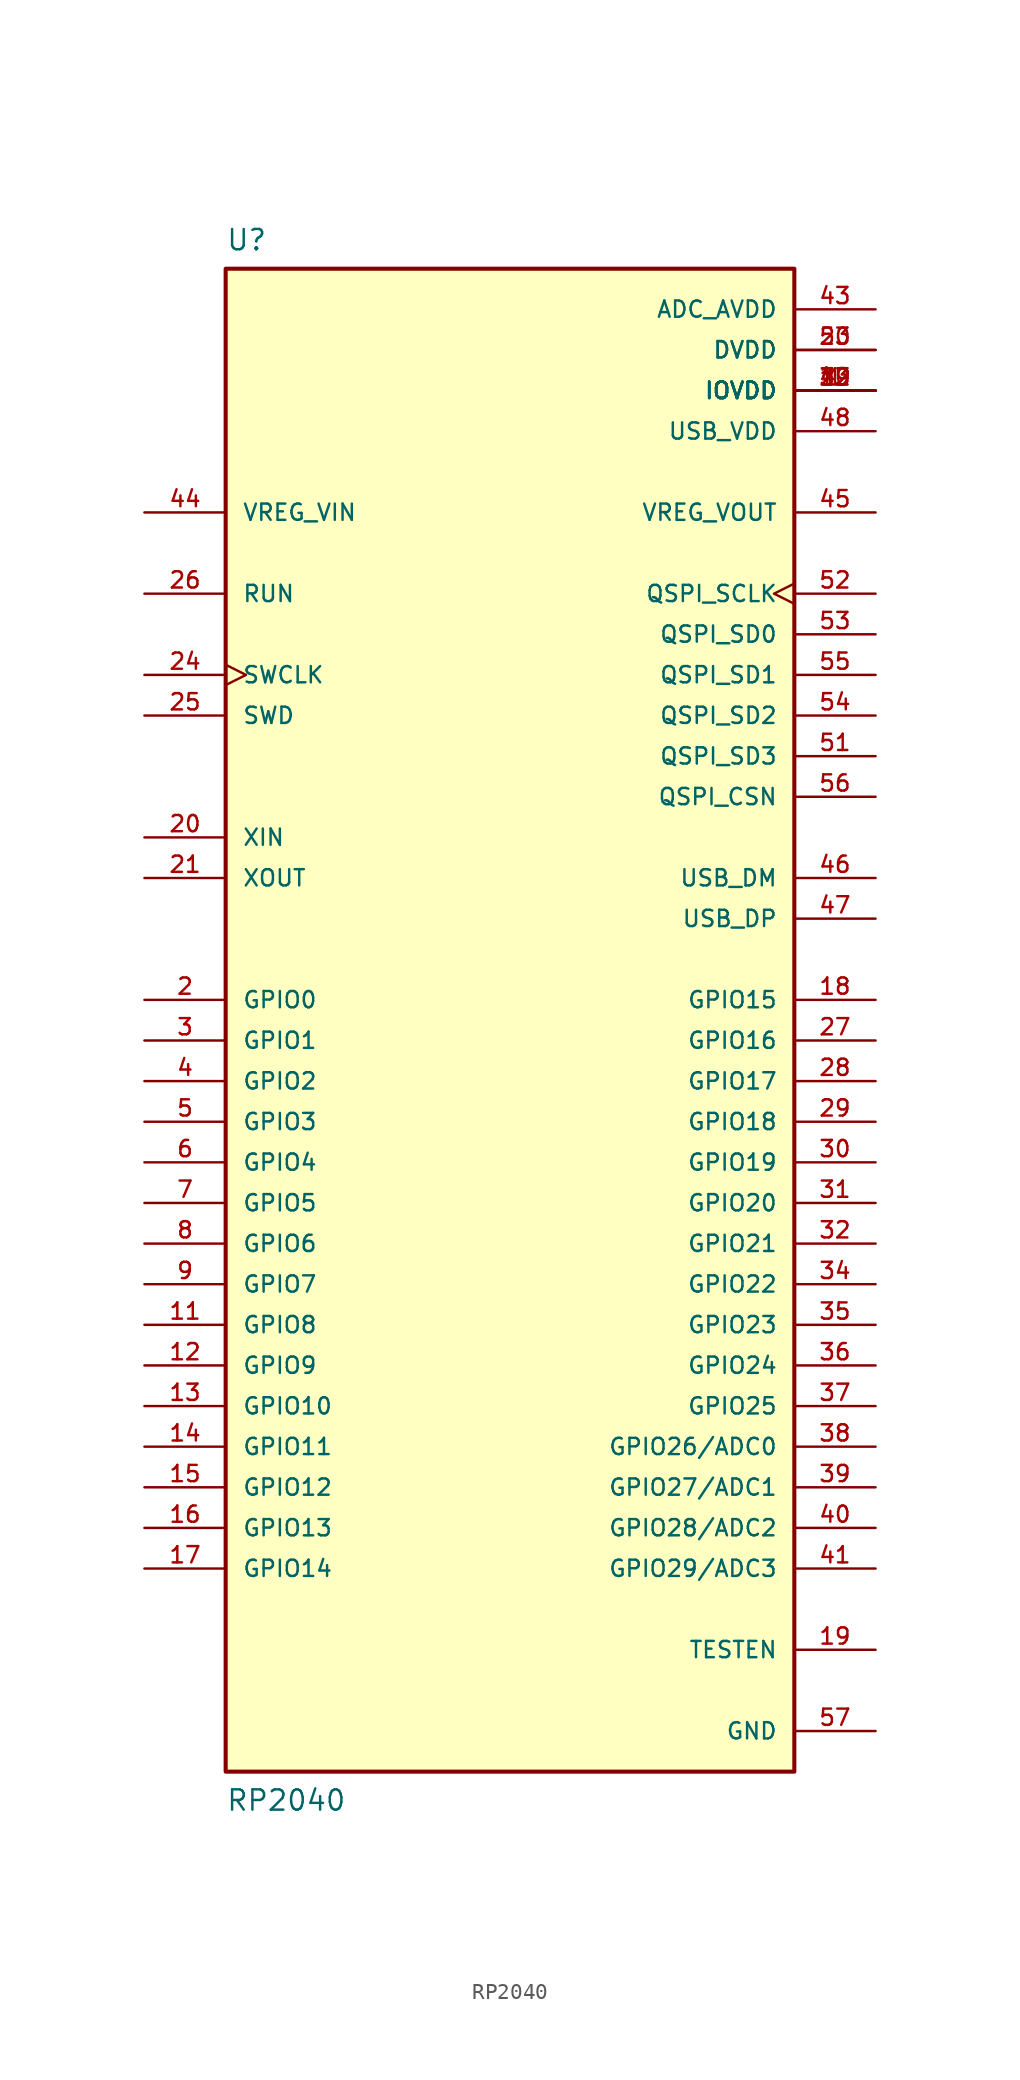
<source format=kicad_sym>
(kicad_symbol_lib
  (version 20211014)
  (generator kicad_symbol_editor)
  (symbol "RP2040"
    (pin_names
      (offset 1.016))
    (property "Reference" "U"
      (at -17.78 50.8 0)
      (effects (font (size 1.27 1.27)) (justify left top)))
    (property "Value" "RP2040"
      (at -17.78 -48.26 0)
      (effects (font (size 1.27 1.27)) (justify left bottom)))
    (symbol "RP2040_0_0"
      (rectangle (start -17.78 -45.72) (end 17.78 48.26) (stroke (width 0.254) (type default) (color 0 0 0 0)) (fill (type background)))
      (pin power_in line (at 22.86 40.64 180) (length 5.08) (name "IOVDD" (effects (font (size 1.016 1.016)))) (number "1" (effects (font (size 1.016 1.016)))))
      (pin power_in line (at 22.86 40.64 180) (length 5.08) (name "IOVDD" (effects (font (size 1.016 1.016)))) (number "10" (effects (font (size 1.016 1.016)))))
      (pin bidirectional line (at -22.86 -17.78 0) (length 5.08) (name "GPIO8" (effects (font (size 1.016 1.016)))) (number "11" (effects (font (size 1.016 1.016)))))
      (pin bidirectional line (at -22.86 -20.32 0) (length 5.08) (name "GPIO9" (effects (font (size 1.016 1.016)))) (number "12" (effects (font (size 1.016 1.016)))))
      (pin bidirectional line (at -22.86 -22.86 0) (length 5.08) (name "GPIO10" (effects (font (size 1.016 1.016)))) (number "13" (effects (font (size 1.016 1.016)))))
      (pin bidirectional line (at -22.86 -25.4 0) (length 5.08) (name "GPIO11" (effects (font (size 1.016 1.016)))) (number "14" (effects (font (size 1.016 1.016)))))
      (pin bidirectional line (at -22.86 -27.94 0) (length 5.08) (name "GPIO12" (effects (font (size 1.016 1.016)))) (number "15" (effects (font (size 1.016 1.016)))))
      (pin bidirectional line (at -22.86 -30.48 0) (length 5.08) (name "GPIO13" (effects (font (size 1.016 1.016)))) (number "16" (effects (font (size 1.016 1.016)))))
      (pin bidirectional line (at -22.86 -33.02 0) (length 5.08) (name "GPIO14" (effects (font (size 1.016 1.016)))) (number "17" (effects (font (size 1.016 1.016)))))
      (pin bidirectional line (at 22.86 2.54 180) (length 5.08) (name "GPIO15" (effects (font (size 1.016 1.016)))) (number "18" (effects (font (size 1.016 1.016)))))
      (pin passive line (at 22.86 -38.1 180) (length 5.08) (name "TESTEN" (effects (font (size 1.016 1.016)))) (number "19" (effects (font (size 1.016 1.016)))))
      (pin bidirectional line (at -22.86 2.54 0) (length 5.08) (name "GPIO0" (effects (font (size 1.016 1.016)))) (number "2" (effects (font (size 1.016 1.016)))))
      (pin input line (at -22.86 12.7 0) (length 5.08) (name "XIN" (effects (font (size 1.016 1.016)))) (number "20" (effects (font (size 1.016 1.016)))))
      (pin output line (at -22.86 10.16 0) (length 5.08) (name "XOUT" (effects (font (size 1.016 1.016)))) (number "21" (effects (font (size 1.016 1.016)))))
      (pin power_in line (at 22.86 40.64 180) (length 5.08) (name "IOVDD" (effects (font (size 1.016 1.016)))) (number "22" (effects (font (size 1.016 1.016)))))
      (pin power_in line (at 22.86 43.18 180) (length 5.08) (name "DVDD" (effects (font (size 1.016 1.016)))) (number "23" (effects (font (size 1.016 1.016)))))
      (pin input clock (at -22.86 22.86 0) (length 5.08) (name "SWCLK" (effects (font (size 1.016 1.016)))) (number "24" (effects (font (size 1.016 1.016)))))
      (pin bidirectional line (at -22.86 20.32 0) (length 5.08) (name "SWD" (effects (font (size 1.016 1.016)))) (number "25" (effects (font (size 1.016 1.016)))))
      (pin input line (at -22.86 27.94 0) (length 5.08) (name "RUN" (effects (font (size 1.016 1.016)))) (number "26" (effects (font (size 1.016 1.016)))))
      (pin bidirectional line (at 22.86 0 180) (length 5.08) (name "GPIO16" (effects (font (size 1.016 1.016)))) (number "27" (effects (font (size 1.016 1.016)))))
      (pin bidirectional line (at 22.86 -2.54 180) (length 5.08) (name "GPIO17" (effects (font (size 1.016 1.016)))) (number "28" (effects (font (size 1.016 1.016)))))
      (pin bidirectional line (at 22.86 -5.08 180) (length 5.08) (name "GPIO18" (effects (font (size 1.016 1.016)))) (number "29" (effects (font (size 1.016 1.016)))))
      (pin bidirectional line (at -22.86 0 0) (length 5.08) (name "GPIO1" (effects (font (size 1.016 1.016)))) (number "3" (effects (font (size 1.016 1.016)))))
      (pin bidirectional line (at 22.86 -7.62 180) (length 5.08) (name "GPIO19" (effects (font (size 1.016 1.016)))) (number "30" (effects (font (size 1.016 1.016)))))
      (pin bidirectional line (at 22.86 -10.16 180) (length 5.08) (name "GPIO20" (effects (font (size 1.016 1.016)))) (number "31" (effects (font (size 1.016 1.016)))))
      (pin bidirectional line (at 22.86 -12.7 180) (length 5.08) (name "GPIO21" (effects (font (size 1.016 1.016)))) (number "32" (effects (font (size 1.016 1.016)))))
      (pin power_in line (at 22.86 40.64 180) (length 5.08) (name "IOVDD" (effects (font (size 1.016 1.016)))) (number "33" (effects (font (size 1.016 1.016)))))
      (pin bidirectional line (at 22.86 -15.24 180) (length 5.08) (name "GPIO22" (effects (font (size 1.016 1.016)))) (number "34" (effects (font (size 1.016 1.016)))))
      (pin bidirectional line (at 22.86 -17.78 180) (length 5.08) (name "GPIO23" (effects (font (size 1.016 1.016)))) (number "35" (effects (font (size 1.016 1.016)))))
      (pin bidirectional line (at 22.86 -20.32 180) (length 5.08) (name "GPIO24" (effects (font (size 1.016 1.016)))) (number "36" (effects (font (size 1.016 1.016)))))
      (pin bidirectional line (at 22.86 -22.86 180) (length 5.08) (name "GPIO25" (effects (font (size 1.016 1.016)))) (number "37" (effects (font (size 1.016 1.016)))))
      (pin bidirectional line (at 22.86 -25.4 180) (length 5.08) (name "GPIO26/ADC0" (effects (font (size 1.016 1.016)))) (number "38" (effects (font (size 1.016 1.016)))))
      (pin bidirectional line (at 22.86 -27.94 180) (length 5.08) (name "GPIO27/ADC1" (effects (font (size 1.016 1.016)))) (number "39" (effects (font (size 1.016 1.016)))))
      (pin bidirectional line (at -22.86 -2.54 0) (length 5.08) (name "GPIO2" (effects (font (size 1.016 1.016)))) (number "4" (effects (font (size 1.016 1.016)))))
      (pin bidirectional line (at 22.86 -30.48 180) (length 5.08) (name "GPIO28/ADC2" (effects (font (size 1.016 1.016)))) (number "40" (effects (font (size 1.016 1.016)))))
      (pin bidirectional line (at 22.86 -33.02 180) (length 5.08) (name "GPIO29/ADC3" (effects (font (size 1.016 1.016)))) (number "41" (effects (font (size 1.016 1.016)))))
      (pin power_in line (at 22.86 40.64 180) (length 5.08) (name "IOVDD" (effects (font (size 1.016 1.016)))) (number "42" (effects (font (size 1.016 1.016)))))
      (pin power_in line (at 22.86 45.72 180) (length 5.08) (name "ADC_AVDD" (effects (font (size 1.016 1.016)))) (number "43" (effects (font (size 1.016 1.016)))))
      (pin input line (at -22.86 33.02 0) (length 5.08) (name "VREG_VIN" (effects (font (size 1.016 1.016)))) (number "44" (effects (font (size 1.016 1.016)))))
      (pin power_out line (at 22.86 33.02 180) (length 5.08) (name "VREG_VOUT" (effects (font (size 1.016 1.016)))) (number "45" (effects (font (size 1.016 1.016)))))
      (pin bidirectional line (at 22.86 10.16 180) (length 5.08) (name "USB_DM" (effects (font (size 1.016 1.016)))) (number "46" (effects (font (size 1.016 1.016)))))
      (pin bidirectional line (at 22.86 7.62 180) (length 5.08) (name "USB_DP" (effects (font (size 1.016 1.016)))) (number "47" (effects (font (size 1.016 1.016)))))
      (pin power_in line (at 22.86 38.1 180) (length 5.08) (name "USB_VDD" (effects (font (size 1.016 1.016)))) (number "48" (effects (font (size 1.016 1.016)))))
      (pin power_in line (at 22.86 40.64 180) (length 5.08) (name "IOVDD" (effects (font (size 1.016 1.016)))) (number "49" (effects (font (size 1.016 1.016)))))
      (pin bidirectional line (at -22.86 -5.08 0) (length 5.08) (name "GPIO3" (effects (font (size 1.016 1.016)))) (number "5" (effects (font (size 1.016 1.016)))))
      (pin power_in line (at 22.86 43.18 180) (length 5.08) (name "DVDD" (effects (font (size 1.016 1.016)))) (number "50" (effects (font (size 1.016 1.016)))))
      (pin bidirectional line (at 22.86 17.78 180) (length 5.08) (name "QSPI_SD3" (effects (font (size 1.016 1.016)))) (number "51" (effects (font (size 1.016 1.016)))))
      (pin bidirectional clock (at 22.86 27.94 180) (length 5.08) (name "QSPI_SCLK" (effects (font (size 1.016 1.016)))) (number "52" (effects (font (size 1.016 1.016)))))
      (pin bidirectional line (at 22.86 25.4 180) (length 5.08) (name "QSPI_SD0" (effects (font (size 1.016 1.016)))) (number "53" (effects (font (size 1.016 1.016)))))
      (pin bidirectional line (at 22.86 20.32 180) (length 5.08) (name "QSPI_SD2" (effects (font (size 1.016 1.016)))) (number "54" (effects (font (size 1.016 1.016)))))
      (pin bidirectional line (at 22.86 22.86 180) (length 5.08) (name "QSPI_SD1" (effects (font (size 1.016 1.016)))) (number "55" (effects (font (size 1.016 1.016)))))
      (pin bidirectional line (at 22.86 15.24 180) (length 5.08) (name "QSPI_CSN" (effects (font (size 1.016 1.016)))) (number "56" (effects (font (size 1.016 1.016)))))
      (pin power_in line (at 22.86 -43.18 180) (length 5.08) (name "GND" (effects (font (size 1.016 1.016)))) (number "57" (effects (font (size 1.016 1.016)))))
      (pin bidirectional line (at -22.86 -7.62 0) (length 5.08) (name "GPIO4" (effects (font (size 1.016 1.016)))) (number "6" (effects (font (size 1.016 1.016)))))
      (pin bidirectional line (at -22.86 -10.16 0) (length 5.08) (name "GPIO5" (effects (font (size 1.016 1.016)))) (number "7" (effects (font (size 1.016 1.016)))))
      (pin bidirectional line (at -22.86 -12.7 0) (length 5.08) (name "GPIO6" (effects (font (size 1.016 1.016)))) (number "8" (effects (font (size 1.016 1.016)))))
      (pin bidirectional line (at -22.86 -15.24 0) (length 5.08) (name "GPIO7" (effects (font (size 1.016 1.016)))) (number "9" (effects (font (size 1.016 1.016))))))))
</source>
